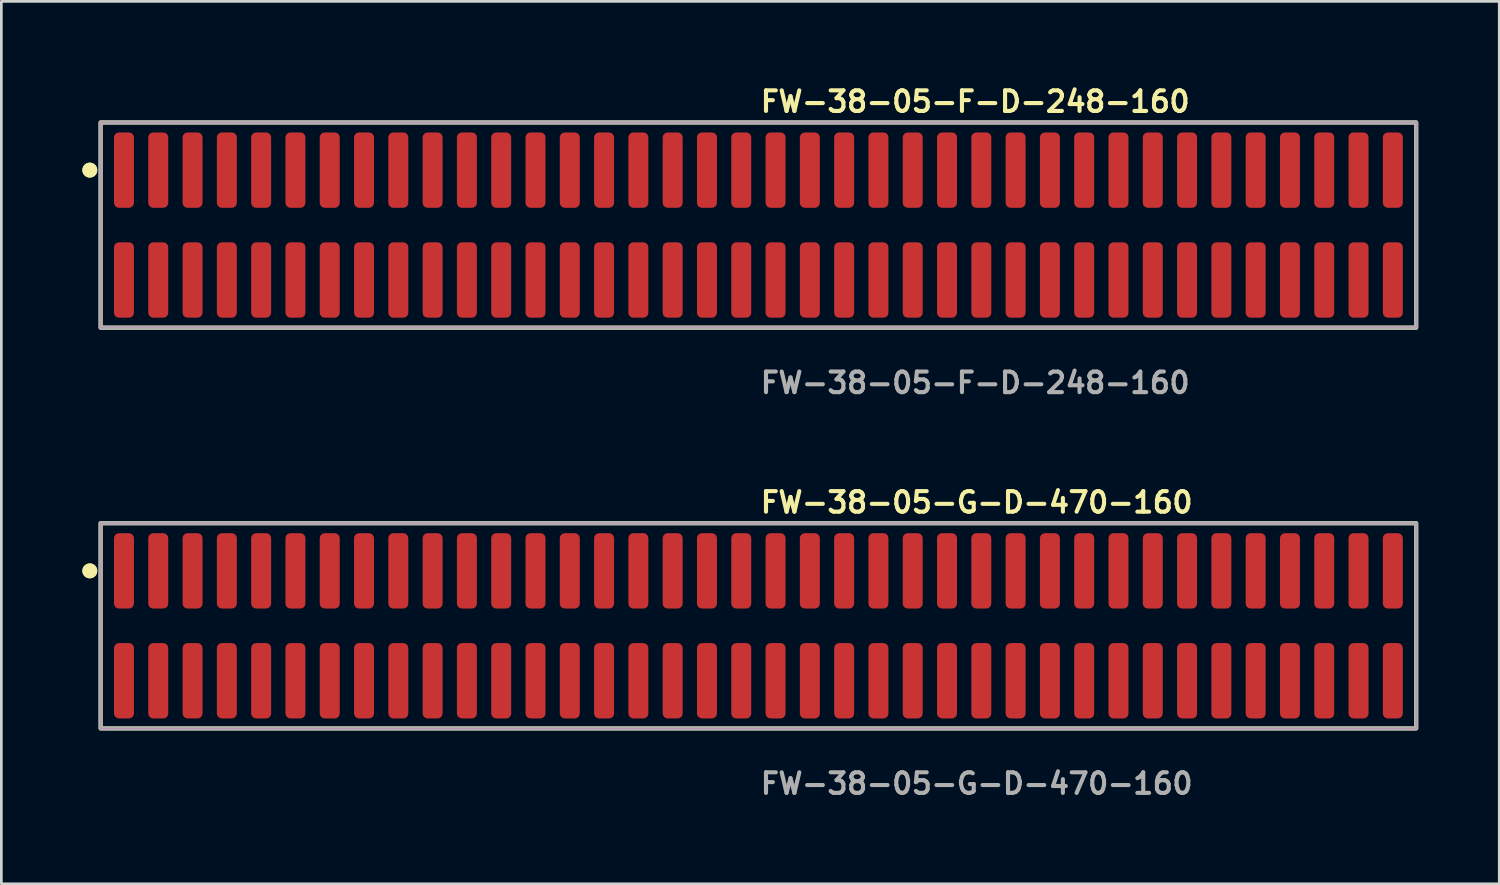
<source format=kicad_pcb>
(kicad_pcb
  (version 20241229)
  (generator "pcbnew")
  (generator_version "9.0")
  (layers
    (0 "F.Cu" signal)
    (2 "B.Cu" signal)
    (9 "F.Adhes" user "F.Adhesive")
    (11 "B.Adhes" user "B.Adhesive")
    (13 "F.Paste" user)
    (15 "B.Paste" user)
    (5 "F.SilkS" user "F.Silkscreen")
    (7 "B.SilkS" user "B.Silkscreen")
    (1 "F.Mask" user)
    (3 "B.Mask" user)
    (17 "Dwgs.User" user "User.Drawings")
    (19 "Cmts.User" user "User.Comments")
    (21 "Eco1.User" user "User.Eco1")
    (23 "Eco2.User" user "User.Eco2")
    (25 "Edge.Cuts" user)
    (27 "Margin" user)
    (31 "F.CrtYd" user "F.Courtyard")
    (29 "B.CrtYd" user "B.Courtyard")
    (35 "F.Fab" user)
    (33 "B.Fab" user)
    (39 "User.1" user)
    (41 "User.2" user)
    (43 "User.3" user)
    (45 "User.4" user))
  (footprint "FW-38-05-G-D-470-160"
    (layer "F.Cu")
    (at 25.036 20.126)
    (property "Reference" "FW-38-05-G-D-470-160" (at 0 -4.572 0) (unlocked yes) (layer "F.SilkS") (effects (font (size 0.762 0.762) (thickness 0.152)) (justify left)))
    (fp_rect (start -24.36 3.8) (end 24.36 -3.8) (stroke (width 0.152) (type solid)) (fill no) (layer "F.SilkS"))
    (fp_circle (center -24.76 -2.035) (end -24.96 -2.035) (stroke (width 0.152) (type solid)) (fill yes) (layer "F.SilkS"))
    (fp_circle (center -24.76 -2.035) (end -24.96 -2.035) (stroke (width 0.152) (type solid)) (fill yes) (layer "F.SilkS"))
    (fp_rect (start -24.36 3.8) (end 24.36 -3.8) (stroke (width 0.006) (type solid)) (fill no) (layer "F.CrtYd"))
    (fp_rect (start -24.36 3.8) (end 24.36 -3.8) (stroke (width 0.152) (type solid)) (fill no) (layer "F.Fab"))
    (fp_text user "${REFERENCE}" (at 0 5.842 0) (unlocked yes) (layer "F.Fab") (effects (font (size 0.762 0.762) (thickness 0.152)) (justify left)))
    (pad "1" smd roundrect (at -23.495 -2.035) (size 0.74 2.79) (layers "F.Cu" "F.Paste") (roundrect_rratio 0.25))
    (pad "2" smd roundrect (at -23.495 2.035) (size 0.74 2.79) (layers "F.Cu" "F.Paste") (roundrect_rratio 0.25))
    (pad "3" smd roundrect (at -22.225 -2.035) (size 0.74 2.79) (layers "F.Cu" "F.Paste") (roundrect_rratio 0.25))
    (pad "4" smd roundrect (at -22.225 2.035) (size 0.74 2.79) (layers "F.Cu" "F.Paste") (roundrect_rratio 0.25))
    (pad "5" smd roundrect (at -20.955 -2.035) (size 0.74 2.79) (layers "F.Cu" "F.Paste") (roundrect_rratio 0.25))
    (pad "6" smd roundrect (at -20.955 2.035) (size 0.74 2.79) (layers "F.Cu" "F.Paste") (roundrect_rratio 0.25))
    (pad "7" smd roundrect (at -19.685 -2.035) (size 0.74 2.79) (layers "F.Cu" "F.Paste") (roundrect_rratio 0.25))
    (pad "8" smd roundrect (at -19.685 2.035) (size 0.74 2.79) (layers "F.Cu" "F.Paste") (roundrect_rratio 0.25))
    (pad "9" smd roundrect (at -18.415 -2.035) (size 0.74 2.79) (layers "F.Cu" "F.Paste") (roundrect_rratio 0.25))
    (pad "10" smd roundrect (at -18.415 2.035) (size 0.74 2.79) (layers "F.Cu" "F.Paste") (roundrect_rratio 0.25))
    (pad "11" smd roundrect (at -17.145 -2.035) (size 0.74 2.79) (layers "F.Cu" "F.Paste") (roundrect_rratio 0.25))
    (pad "12" smd roundrect (at -17.145 2.035) (size 0.74 2.79) (layers "F.Cu" "F.Paste") (roundrect_rratio 0.25))
    (pad "13" smd roundrect (at -15.875 -2.035) (size 0.74 2.79) (layers "F.Cu" "F.Paste") (roundrect_rratio 0.25))
    (pad "14" smd roundrect (at -15.875 2.035) (size 0.74 2.79) (layers "F.Cu" "F.Paste") (roundrect_rratio 0.25))
    (pad "15" smd roundrect (at -14.605 -2.035) (size 0.74 2.79) (layers "F.Cu" "F.Paste") (roundrect_rratio 0.25))
    (pad "16" smd roundrect (at -14.605 2.035) (size 0.74 2.79) (layers "F.Cu" "F.Paste") (roundrect_rratio 0.25))
    (pad "17" smd roundrect (at -13.335 -2.035) (size 0.74 2.79) (layers "F.Cu" "F.Paste") (roundrect_rratio 0.25))
    (pad "18" smd roundrect (at -13.335 2.035) (size 0.74 2.79) (layers "F.Cu" "F.Paste") (roundrect_rratio 0.25))
    (pad "19" smd roundrect (at -12.065 -2.035) (size 0.74 2.79) (layers "F.Cu" "F.Paste") (roundrect_rratio 0.25))
    (pad "20" smd roundrect (at -12.065 2.035) (size 0.74 2.79) (layers "F.Cu" "F.Paste") (roundrect_rratio 0.25))
    (pad "21" smd roundrect (at -10.795 -2.035) (size 0.74 2.79) (layers "F.Cu" "F.Paste") (roundrect_rratio 0.25))
    (pad "22" smd roundrect (at -10.795 2.035) (size 0.74 2.79) (layers "F.Cu" "F.Paste") (roundrect_rratio 0.25))
    (pad "23" smd roundrect (at -9.525 -2.035) (size 0.74 2.79) (layers "F.Cu" "F.Paste") (roundrect_rratio 0.25))
    (pad "24" smd roundrect (at -9.525 2.035) (size 0.74 2.79) (layers "F.Cu" "F.Paste") (roundrect_rratio 0.25))
    (pad "25" smd roundrect (at -8.255 -2.035) (size 0.74 2.79) (layers "F.Cu" "F.Paste") (roundrect_rratio 0.25))
    (pad "26" smd roundrect (at -8.255 2.035) (size 0.74 2.79) (layers "F.Cu" "F.Paste") (roundrect_rratio 0.25))
    (pad "27" smd roundrect (at -6.985 -2.035) (size 0.74 2.79) (layers "F.Cu" "F.Paste") (roundrect_rratio 0.25))
    (pad "28" smd roundrect (at -6.985 2.035) (size 0.74 2.79) (layers "F.Cu" "F.Paste") (roundrect_rratio 0.25))
    (pad "29" smd roundrect (at -5.715 -2.035) (size 0.74 2.79) (layers "F.Cu" "F.Paste") (roundrect_rratio 0.25))
    (pad "30" smd roundrect (at -5.715 2.035) (size 0.74 2.79) (layers "F.Cu" "F.Paste") (roundrect_rratio 0.25))
    (pad "31" smd roundrect (at -4.445 -2.035) (size 0.74 2.79) (layers "F.Cu" "F.Paste") (roundrect_rratio 0.25))
    (pad "32" smd roundrect (at -4.445 2.035) (size 0.74 2.79) (layers "F.Cu" "F.Paste") (roundrect_rratio 0.25))
    (pad "33" smd roundrect (at -3.175 -2.035) (size 0.74 2.79) (layers "F.Cu" "F.Paste") (roundrect_rratio 0.25))
    (pad "34" smd roundrect (at -3.175 2.035) (size 0.74 2.79) (layers "F.Cu" "F.Paste") (roundrect_rratio 0.25))
    (pad "35" smd roundrect (at -1.905 -2.035) (size 0.74 2.79) (layers "F.Cu" "F.Paste") (roundrect_rratio 0.25))
    (pad "36" smd roundrect (at -1.905 2.035) (size 0.74 2.79) (layers "F.Cu" "F.Paste") (roundrect_rratio 0.25))
    (pad "37" smd roundrect (at -0.635 -2.035) (size 0.74 2.79) (layers "F.Cu" "F.Paste") (roundrect_rratio 0.25))
    (pad "38" smd roundrect (at -0.635 2.035) (size 0.74 2.79) (layers "F.Cu" "F.Paste") (roundrect_rratio 0.25))
    (pad "39" smd roundrect (at 0.635 -2.035) (size 0.74 2.79) (layers "F.Cu" "F.Paste") (roundrect_rratio 0.25))
    (pad "40" smd roundrect (at 0.635 2.035) (size 0.74 2.79) (layers "F.Cu" "F.Paste") (roundrect_rratio 0.25))
    (pad "41" smd roundrect (at 1.905 -2.035) (size 0.74 2.79) (layers "F.Cu" "F.Paste") (roundrect_rratio 0.25))
    (pad "42" smd roundrect (at 1.905 2.035) (size 0.74 2.79) (layers "F.Cu" "F.Paste") (roundrect_rratio 0.25))
    (pad "43" smd roundrect (at 3.175 -2.035) (size 0.74 2.79) (layers "F.Cu" "F.Paste") (roundrect_rratio 0.25))
    (pad "44" smd roundrect (at 3.175 2.035) (size 0.74 2.79) (layers "F.Cu" "F.Paste") (roundrect_rratio 0.25))
    (pad "45" smd roundrect (at 4.445 -2.035) (size 0.74 2.79) (layers "F.Cu" "F.Paste") (roundrect_rratio 0.25))
    (pad "46" smd roundrect (at 4.445 2.035) (size 0.74 2.79) (layers "F.Cu" "F.Paste") (roundrect_rratio 0.25))
    (pad "47" smd roundrect (at 5.715 -2.035) (size 0.74 2.79) (layers "F.Cu" "F.Paste") (roundrect_rratio 0.25))
    (pad "48" smd roundrect (at 5.715 2.035) (size 0.74 2.79) (layers "F.Cu" "F.Paste") (roundrect_rratio 0.25))
    (pad "49" smd roundrect (at 6.985 -2.035) (size 0.74 2.79) (layers "F.Cu" "F.Paste") (roundrect_rratio 0.25))
    (pad "50" smd roundrect (at 6.985 2.035) (size 0.74 2.79) (layers "F.Cu" "F.Paste") (roundrect_rratio 0.25))
    (pad "51" smd roundrect (at 8.255 -2.035) (size 0.74 2.79) (layers "F.Cu" "F.Paste") (roundrect_rratio 0.25))
    (pad "52" smd roundrect (at 8.255 2.035) (size 0.74 2.79) (layers "F.Cu" "F.Paste") (roundrect_rratio 0.25))
    (pad "53" smd roundrect (at 9.525 -2.035) (size 0.74 2.79) (layers "F.Cu" "F.Paste") (roundrect_rratio 0.25))
    (pad "54" smd roundrect (at 9.525 2.035) (size 0.74 2.79) (layers "F.Cu" "F.Paste") (roundrect_rratio 0.25))
    (pad "55" smd roundrect (at 10.795 -2.035) (size 0.74 2.79) (layers "F.Cu" "F.Paste") (roundrect_rratio 0.25))
    (pad "56" smd roundrect (at 10.795 2.035) (size 0.74 2.79) (layers "F.Cu" "F.Paste") (roundrect_rratio 0.25))
    (pad "57" smd roundrect (at 12.065 -2.035) (size 0.74 2.79) (layers "F.Cu" "F.Paste") (roundrect_rratio 0.25))
    (pad "58" smd roundrect (at 12.065 2.035) (size 0.74 2.79) (layers "F.Cu" "F.Paste") (roundrect_rratio 0.25))
    (pad "59" smd roundrect (at 13.335 -2.035) (size 0.74 2.79) (layers "F.Cu" "F.Paste") (roundrect_rratio 0.25))
    (pad "60" smd roundrect (at 13.335 2.035) (size 0.74 2.79) (layers "F.Cu" "F.Paste") (roundrect_rratio 0.25))
    (pad "61" smd roundrect (at 14.605 -2.035) (size 0.74 2.79) (layers "F.Cu" "F.Paste") (roundrect_rratio 0.25))
    (pad "62" smd roundrect (at 14.605 2.035) (size 0.74 2.79) (layers "F.Cu" "F.Paste") (roundrect_rratio 0.25))
    (pad "63" smd roundrect (at 15.875 -2.035) (size 0.74 2.79) (layers "F.Cu" "F.Paste") (roundrect_rratio 0.25))
    (pad "64" smd roundrect (at 15.875 2.035) (size 0.74 2.79) (layers "F.Cu" "F.Paste") (roundrect_rratio 0.25))
    (pad "65" smd roundrect (at 17.145 -2.035) (size 0.74 2.79) (layers "F.Cu" "F.Paste") (roundrect_rratio 0.25))
    (pad "66" smd roundrect (at 17.145 2.035) (size 0.74 2.79) (layers "F.Cu" "F.Paste") (roundrect_rratio 0.25))
    (pad "67" smd roundrect (at 18.415 -2.035) (size 0.74 2.79) (layers "F.Cu" "F.Paste") (roundrect_rratio 0.25))
    (pad "68" smd roundrect (at 18.415 2.035) (size 0.74 2.79) (layers "F.Cu" "F.Paste") (roundrect_rratio 0.25))
    (pad "69" smd roundrect (at 19.685 -2.035) (size 0.74 2.79) (layers "F.Cu" "F.Paste") (roundrect_rratio 0.25))
    (pad "70" smd roundrect (at 19.685 2.035) (size 0.74 2.79) (layers "F.Cu" "F.Paste") (roundrect_rratio 0.25))
    (pad "71" smd roundrect (at 20.955 -2.035) (size 0.74 2.79) (layers "F.Cu" "F.Paste") (roundrect_rratio 0.25))
    (pad "72" smd roundrect (at 20.955 2.035) (size 0.74 2.79) (layers "F.Cu" "F.Paste") (roundrect_rratio 0.25))
    (pad "73" smd roundrect (at 22.225 -2.035) (size 0.74 2.79) (layers "F.Cu" "F.Paste") (roundrect_rratio 0.25))
    (pad "74" smd roundrect (at 22.225 2.035) (size 0.74 2.79) (layers "F.Cu" "F.Paste") (roundrect_rratio 0.25))
    (pad "75" smd roundrect (at 23.495 -2.035) (size 0.74 2.79) (layers "F.Cu" "F.Paste") (roundrect_rratio 0.25))
    (pad "76" smd roundrect (at 23.495 2.035) (size 0.74 2.79) (layers "F.Cu" "F.Paste") (roundrect_rratio 0.25)))
  (footprint "FW-38-05-F-D-248-160"
    (layer "F.Cu")
    (at 25.036 5.285)
    (property "Reference" "FW-38-05-F-D-248-160" (at 0 -4.572 0) (unlocked yes) (layer "F.SilkS") (effects (font (size 0.762 0.762) (thickness 0.152)) (justify left)))
    (fp_rect (start -24.36 3.8) (end 24.36 -3.8) (stroke (width 0.152) (type solid)) (fill no) (layer "F.SilkS"))
    (fp_circle (center -24.76 -2.035) (end -24.96 -2.035) (stroke (width 0.152) (type solid)) (fill yes) (layer "F.SilkS"))
    (fp_circle (center -24.76 -2.035) (end -24.96 -2.035) (stroke (width 0.152) (type solid)) (fill yes) (layer "F.SilkS"))
    (fp_rect (start -24.36 3.8) (end 24.36 -3.8) (stroke (width 0.006) (type solid)) (fill no) (layer "F.CrtYd"))
    (fp_rect (start -24.36 3.8) (end 24.36 -3.8) (stroke (width 0.152) (type solid)) (fill no) (layer "F.Fab"))
    (fp_text user "${REFERENCE}" (at 0 5.842 0) (unlocked yes) (layer "F.Fab") (effects (font (size 0.762 0.762) (thickness 0.152)) (justify left)))
    (pad "1" smd roundrect (at -23.495 -2.035) (size 0.74 2.79) (layers "F.Cu" "F.Paste") (roundrect_rratio 0.25))
    (pad "2" smd roundrect (at -23.495 2.035) (size 0.74 2.79) (layers "F.Cu" "F.Paste") (roundrect_rratio 0.25))
    (pad "3" smd roundrect (at -22.225 -2.035) (size 0.74 2.79) (layers "F.Cu" "F.Paste") (roundrect_rratio 0.25))
    (pad "4" smd roundrect (at -22.225 2.035) (size 0.74 2.79) (layers "F.Cu" "F.Paste") (roundrect_rratio 0.25))
    (pad "5" smd roundrect (at -20.955 -2.035) (size 0.74 2.79) (layers "F.Cu" "F.Paste") (roundrect_rratio 0.25))
    (pad "6" smd roundrect (at -20.955 2.035) (size 0.74 2.79) (layers "F.Cu" "F.Paste") (roundrect_rratio 0.25))
    (pad "7" smd roundrect (at -19.685 -2.035) (size 0.74 2.79) (layers "F.Cu" "F.Paste") (roundrect_rratio 0.25))
    (pad "8" smd roundrect (at -19.685 2.035) (size 0.74 2.79) (layers "F.Cu" "F.Paste") (roundrect_rratio 0.25))
    (pad "9" smd roundrect (at -18.415 -2.035) (size 0.74 2.79) (layers "F.Cu" "F.Paste") (roundrect_rratio 0.25))
    (pad "10" smd roundrect (at -18.415 2.035) (size 0.74 2.79) (layers "F.Cu" "F.Paste") (roundrect_rratio 0.25))
    (pad "11" smd roundrect (at -17.145 -2.035) (size 0.74 2.79) (layers "F.Cu" "F.Paste") (roundrect_rratio 0.25))
    (pad "12" smd roundrect (at -17.145 2.035) (size 0.74 2.79) (layers "F.Cu" "F.Paste") (roundrect_rratio 0.25))
    (pad "13" smd roundrect (at -15.875 -2.035) (size 0.74 2.79) (layers "F.Cu" "F.Paste") (roundrect_rratio 0.25))
    (pad "14" smd roundrect (at -15.875 2.035) (size 0.74 2.79) (layers "F.Cu" "F.Paste") (roundrect_rratio 0.25))
    (pad "15" smd roundrect (at -14.605 -2.035) (size 0.74 2.79) (layers "F.Cu" "F.Paste") (roundrect_rratio 0.25))
    (pad "16" smd roundrect (at -14.605 2.035) (size 0.74 2.79) (layers "F.Cu" "F.Paste") (roundrect_rratio 0.25))
    (pad "17" smd roundrect (at -13.335 -2.035) (size 0.74 2.79) (layers "F.Cu" "F.Paste") (roundrect_rratio 0.25))
    (pad "18" smd roundrect (at -13.335 2.035) (size 0.74 2.79) (layers "F.Cu" "F.Paste") (roundrect_rratio 0.25))
    (pad "19" smd roundrect (at -12.065 -2.035) (size 0.74 2.79) (layers "F.Cu" "F.Paste") (roundrect_rratio 0.25))
    (pad "20" smd roundrect (at -12.065 2.035) (size 0.74 2.79) (layers "F.Cu" "F.Paste") (roundrect_rratio 0.25))
    (pad "21" smd roundrect (at -10.795 -2.035) (size 0.74 2.79) (layers "F.Cu" "F.Paste") (roundrect_rratio 0.25))
    (pad "22" smd roundrect (at -10.795 2.035) (size 0.74 2.79) (layers "F.Cu" "F.Paste") (roundrect_rratio 0.25))
    (pad "23" smd roundrect (at -9.525 -2.035) (size 0.74 2.79) (layers "F.Cu" "F.Paste") (roundrect_rratio 0.25))
    (pad "24" smd roundrect (at -9.525 2.035) (size 0.74 2.79) (layers "F.Cu" "F.Paste") (roundrect_rratio 0.25))
    (pad "25" smd roundrect (at -8.255 -2.035) (size 0.74 2.79) (layers "F.Cu" "F.Paste") (roundrect_rratio 0.25))
    (pad "26" smd roundrect (at -8.255 2.035) (size 0.74 2.79) (layers "F.Cu" "F.Paste") (roundrect_rratio 0.25))
    (pad "27" smd roundrect (at -6.985 -2.035) (size 0.74 2.79) (layers "F.Cu" "F.Paste") (roundrect_rratio 0.25))
    (pad "28" smd roundrect (at -6.985 2.035) (size 0.74 2.79) (layers "F.Cu" "F.Paste") (roundrect_rratio 0.25))
    (pad "29" smd roundrect (at -5.715 -2.035) (size 0.74 2.79) (layers "F.Cu" "F.Paste") (roundrect_rratio 0.25))
    (pad "30" smd roundrect (at -5.715 2.035) (size 0.74 2.79) (layers "F.Cu" "F.Paste") (roundrect_rratio 0.25))
    (pad "31" smd roundrect (at -4.445 -2.035) (size 0.74 2.79) (layers "F.Cu" "F.Paste") (roundrect_rratio 0.25))
    (pad "32" smd roundrect (at -4.445 2.035) (size 0.74 2.79) (layers "F.Cu" "F.Paste") (roundrect_rratio 0.25))
    (pad "33" smd roundrect (at -3.175 -2.035) (size 0.74 2.79) (layers "F.Cu" "F.Paste") (roundrect_rratio 0.25))
    (pad "34" smd roundrect (at -3.175 2.035) (size 0.74 2.79) (layers "F.Cu" "F.Paste") (roundrect_rratio 0.25))
    (pad "35" smd roundrect (at -1.905 -2.035) (size 0.74 2.79) (layers "F.Cu" "F.Paste") (roundrect_rratio 0.25))
    (pad "36" smd roundrect (at -1.905 2.035) (size 0.74 2.79) (layers "F.Cu" "F.Paste") (roundrect_rratio 0.25))
    (pad "37" smd roundrect (at -0.635 -2.035) (size 0.74 2.79) (layers "F.Cu" "F.Paste") (roundrect_rratio 0.25))
    (pad "38" smd roundrect (at -0.635 2.035) (size 0.74 2.79) (layers "F.Cu" "F.Paste") (roundrect_rratio 0.25))
    (pad "39" smd roundrect (at 0.635 -2.035) (size 0.74 2.79) (layers "F.Cu" "F.Paste") (roundrect_rratio 0.25))
    (pad "40" smd roundrect (at 0.635 2.035) (size 0.74 2.79) (layers "F.Cu" "F.Paste") (roundrect_rratio 0.25))
    (pad "41" smd roundrect (at 1.905 -2.035) (size 0.74 2.79) (layers "F.Cu" "F.Paste") (roundrect_rratio 0.25))
    (pad "42" smd roundrect (at 1.905 2.035) (size 0.74 2.79) (layers "F.Cu" "F.Paste") (roundrect_rratio 0.25))
    (pad "43" smd roundrect (at 3.175 -2.035) (size 0.74 2.79) (layers "F.Cu" "F.Paste") (roundrect_rratio 0.25))
    (pad "44" smd roundrect (at 3.175 2.035) (size 0.74 2.79) (layers "F.Cu" "F.Paste") (roundrect_rratio 0.25))
    (pad "45" smd roundrect (at 4.445 -2.035) (size 0.74 2.79) (layers "F.Cu" "F.Paste") (roundrect_rratio 0.25))
    (pad "46" smd roundrect (at 4.445 2.035) (size 0.74 2.79) (layers "F.Cu" "F.Paste") (roundrect_rratio 0.25))
    (pad "47" smd roundrect (at 5.715 -2.035) (size 0.74 2.79) (layers "F.Cu" "F.Paste") (roundrect_rratio 0.25))
    (pad "48" smd roundrect (at 5.715 2.035) (size 0.74 2.79) (layers "F.Cu" "F.Paste") (roundrect_rratio 0.25))
    (pad "49" smd roundrect (at 6.985 -2.035) (size 0.74 2.79) (layers "F.Cu" "F.Paste") (roundrect_rratio 0.25))
    (pad "50" smd roundrect (at 6.985 2.035) (size 0.74 2.79) (layers "F.Cu" "F.Paste") (roundrect_rratio 0.25))
    (pad "51" smd roundrect (at 8.255 -2.035) (size 0.74 2.79) (layers "F.Cu" "F.Paste") (roundrect_rratio 0.25))
    (pad "52" smd roundrect (at 8.255 2.035) (size 0.74 2.79) (layers "F.Cu" "F.Paste") (roundrect_rratio 0.25))
    (pad "53" smd roundrect (at 9.525 -2.035) (size 0.74 2.79) (layers "F.Cu" "F.Paste") (roundrect_rratio 0.25))
    (pad "54" smd roundrect (at 9.525 2.035) (size 0.74 2.79) (layers "F.Cu" "F.Paste") (roundrect_rratio 0.25))
    (pad "55" smd roundrect (at 10.795 -2.035) (size 0.74 2.79) (layers "F.Cu" "F.Paste") (roundrect_rratio 0.25))
    (pad "56" smd roundrect (at 10.795 2.035) (size 0.74 2.79) (layers "F.Cu" "F.Paste") (roundrect_rratio 0.25))
    (pad "57" smd roundrect (at 12.065 -2.035) (size 0.74 2.79) (layers "F.Cu" "F.Paste") (roundrect_rratio 0.25))
    (pad "58" smd roundrect (at 12.065 2.035) (size 0.74 2.79) (layers "F.Cu" "F.Paste") (roundrect_rratio 0.25))
    (pad "59" smd roundrect (at 13.335 -2.035) (size 0.74 2.79) (layers "F.Cu" "F.Paste") (roundrect_rratio 0.25))
    (pad "60" smd roundrect (at 13.335 2.035) (size 0.74 2.79) (layers "F.Cu" "F.Paste") (roundrect_rratio 0.25))
    (pad "61" smd roundrect (at 14.605 -2.035) (size 0.74 2.79) (layers "F.Cu" "F.Paste") (roundrect_rratio 0.25))
    (pad "62" smd roundrect (at 14.605 2.035) (size 0.74 2.79) (layers "F.Cu" "F.Paste") (roundrect_rratio 0.25))
    (pad "63" smd roundrect (at 15.875 -2.035) (size 0.74 2.79) (layers "F.Cu" "F.Paste") (roundrect_rratio 0.25))
    (pad "64" smd roundrect (at 15.875 2.035) (size 0.74 2.79) (layers "F.Cu" "F.Paste") (roundrect_rratio 0.25))
    (pad "65" smd roundrect (at 17.145 -2.035) (size 0.74 2.79) (layers "F.Cu" "F.Paste") (roundrect_rratio 0.25))
    (pad "66" smd roundrect (at 17.145 2.035) (size 0.74 2.79) (layers "F.Cu" "F.Paste") (roundrect_rratio 0.25))
    (pad "67" smd roundrect (at 18.415 -2.035) (size 0.74 2.79) (layers "F.Cu" "F.Paste") (roundrect_rratio 0.25))
    (pad "68" smd roundrect (at 18.415 2.035) (size 0.74 2.79) (layers "F.Cu" "F.Paste") (roundrect_rratio 0.25))
    (pad "69" smd roundrect (at 19.685 -2.035) (size 0.74 2.79) (layers "F.Cu" "F.Paste") (roundrect_rratio 0.25))
    (pad "70" smd roundrect (at 19.685 2.035) (size 0.74 2.79) (layers "F.Cu" "F.Paste") (roundrect_rratio 0.25))
    (pad "71" smd roundrect (at 20.955 -2.035) (size 0.74 2.79) (layers "F.Cu" "F.Paste") (roundrect_rratio 0.25))
    (pad "72" smd roundrect (at 20.955 2.035) (size 0.74 2.79) (layers "F.Cu" "F.Paste") (roundrect_rratio 0.25))
    (pad "73" smd roundrect (at 22.225 -2.035) (size 0.74 2.79) (layers "F.Cu" "F.Paste") (roundrect_rratio 0.25))
    (pad "74" smd roundrect (at 22.225 2.035) (size 0.74 2.79) (layers "F.Cu" "F.Paste") (roundrect_rratio 0.25))
    (pad "75" smd roundrect (at 23.495 -2.035) (size 0.74 2.79) (layers "F.Cu" "F.Paste") (roundrect_rratio 0.25))
    (pad "76" smd roundrect (at 23.495 2.035) (size 0.74 2.79) (layers "F.Cu" "F.Paste") (roundrect_rratio 0.25)))
  (gr_rect
    (start -3 -3)
    (end 52.472 29.681)
    (stroke (width 0.1) (type default))
    (fill no)
    (layer "Edge.Cuts")))
</source>
